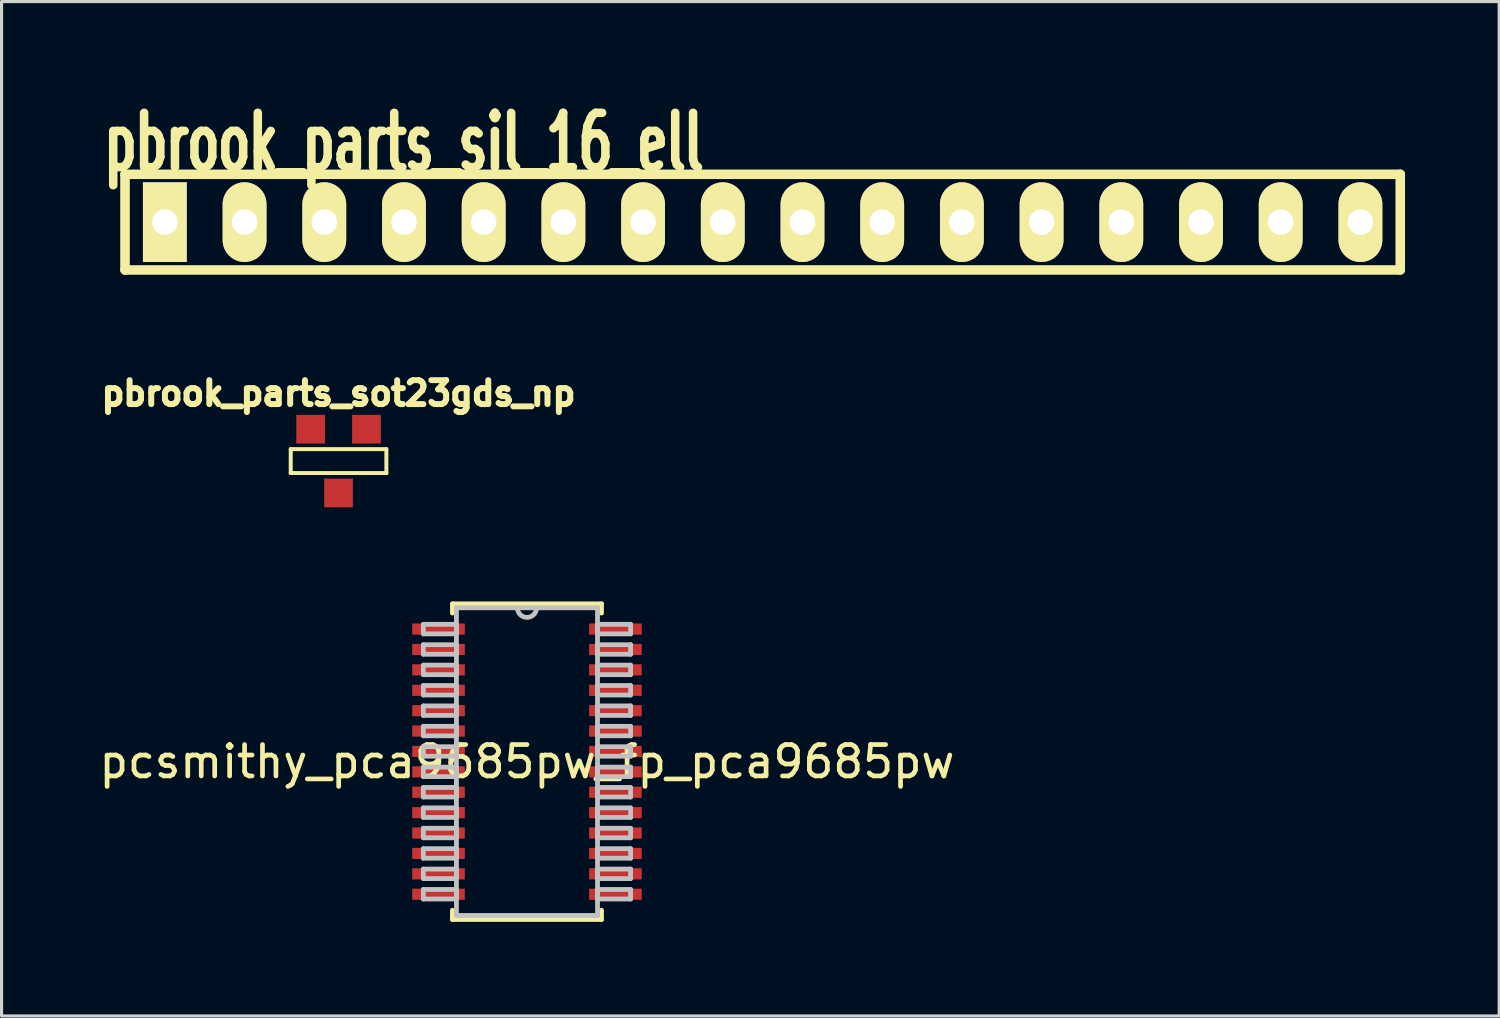
<source format=kicad_pcb>
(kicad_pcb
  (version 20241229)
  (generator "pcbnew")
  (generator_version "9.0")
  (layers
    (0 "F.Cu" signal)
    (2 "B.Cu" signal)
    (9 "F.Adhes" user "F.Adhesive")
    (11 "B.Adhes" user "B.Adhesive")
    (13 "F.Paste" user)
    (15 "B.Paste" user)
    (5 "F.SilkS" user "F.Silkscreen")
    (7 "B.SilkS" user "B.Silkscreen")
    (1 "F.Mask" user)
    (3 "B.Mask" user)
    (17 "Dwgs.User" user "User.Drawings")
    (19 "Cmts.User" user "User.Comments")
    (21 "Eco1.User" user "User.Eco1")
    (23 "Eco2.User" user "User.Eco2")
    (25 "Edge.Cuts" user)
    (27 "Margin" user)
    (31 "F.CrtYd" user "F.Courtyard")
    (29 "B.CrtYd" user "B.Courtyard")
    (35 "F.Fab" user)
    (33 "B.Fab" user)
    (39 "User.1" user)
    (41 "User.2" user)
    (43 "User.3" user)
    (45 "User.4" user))
  (footprint "pbrook_parts_sil_16_ell"
    (layer "F.Cu")
    (at 21.254 4.029)
    (property "Reference" "pbrook_parts_sil_16_ell" (at -11.43 -2.54 0) (layer "F.SilkS") (effects (font (size 1.73 1.087) (thickness 0.305))))
    (attr through_hole)
    (fp_line (start -20.32 -1.524) (end 20.32 -1.524) (stroke (width 0.305) (type solid)) (layer "F.SilkS"))
    (fp_line (start -20.32 1.524) (end -20.32 -1.524) (stroke (width 0.305) (type solid)) (layer "F.SilkS"))
    (fp_line (start 20.32 -1.524) (end 20.32 1.524) (stroke (width 0.305) (type solid)) (layer "F.SilkS"))
    (fp_line (start 20.32 1.524) (end -20.32 1.524) (stroke (width 0.305) (type solid)) (layer "F.SilkS"))
    (pad "1" thru_hole rect (at -19.05 0) (size 1.397 2.54) (drill 0.813) (layers "*.Cu" "*.Mask" "F.SilkS"))
    (pad "2" thru_hole oval (at -16.51 0) (size 1.397 2.54) (drill 0.813) (layers "*.Cu" "*.Mask" "F.SilkS"))
    (pad "3" thru_hole oval (at -13.97 0) (size 1.397 2.54) (drill 0.813) (layers "*.Cu" "*.Mask" "F.SilkS"))
    (pad "4" thru_hole oval (at -11.43 0) (size 1.397 2.54) (drill 0.813) (layers "*.Cu" "*.Mask" "F.SilkS"))
    (pad "5" thru_hole oval (at -8.89 0) (size 1.397 2.54) (drill 0.813) (layers "*.Cu" "*.Mask" "F.SilkS"))
    (pad "6" thru_hole oval (at -6.35 0) (size 1.397 2.54) (drill 0.813) (layers "*.Cu" "*.Mask" "F.SilkS"))
    (pad "7" thru_hole oval (at -3.81 0) (size 1.397 2.54) (drill 0.813) (layers "*.Cu" "*.Mask" "F.SilkS"))
    (pad "8" thru_hole oval (at -1.27 0) (size 1.397 2.54) (drill 0.813) (layers "*.Cu" "*.Mask" "F.SilkS"))
    (pad "9" thru_hole oval (at 1.27 0) (size 1.397 2.54) (drill 0.813) (layers "*.Cu" "*.Mask" "F.SilkS"))
    (pad "10" thru_hole oval (at 3.81 0) (size 1.397 2.54) (drill 0.813) (layers "*.Cu" "*.Mask" "F.SilkS"))
    (pad "11" thru_hole oval (at 6.35 0) (size 1.397 2.54) (drill 0.813) (layers "*.Cu" "*.Mask" "F.SilkS"))
    (pad "12" thru_hole oval (at 8.89 0) (size 1.397 2.54) (drill 0.813) (layers "*.Cu" "*.Mask" "F.SilkS"))
    (pad "13" thru_hole oval (at 11.43 0) (size 1.397 2.54) (drill 0.813) (layers "*.Cu" "*.Mask" "F.SilkS"))
    (pad "14" thru_hole oval (at 13.97 0) (size 1.397 2.54) (drill 0.813) (layers "*.Cu" "*.Mask" "F.SilkS"))
    (pad "15" thru_hole oval (at 16.51 0) (size 1.397 2.54) (drill 0.813) (layers "*.Cu" "*.Mask" "F.SilkS"))
    (pad "16" thru_hole oval (at 19.05 0) (size 1.397 2.54) (drill 0.813) (layers "*.Cu" "*.Mask" "F.SilkS")))
  (footprint "pcsmithy_pca9685pw_fp_pca9685pw"
    (layer "F.Cu")
    (at 13.744 21.223)
    (property "Reference" "pcsmithy_pca9685pw_fp_pca9685pw" (at 0 0 0) (layer "F.SilkS") (effects (font (size 1 1) (thickness 0.15))))
    (attr through_hole)
    (fp_line (start -2.375 -5.029) (end -2.375 -4.736) (stroke (width 0.152) (type solid)) (layer "F.SilkS"))
    (fp_line (start -2.375 4.736) (end -2.375 5.029) (stroke (width 0.152) (type solid)) (layer "F.SilkS"))
    (fp_line (start -2.375 5.029) (end 2.375 5.029) (stroke (width 0.152) (type solid)) (layer "F.SilkS"))
    (fp_line (start 2.375 -5.029) (end -2.375 -5.029) (stroke (width 0.152) (type solid)) (layer "F.SilkS"))
    (fp_line (start 2.375 -4.736) (end 2.375 -5.029) (stroke (width 0.152) (type solid)) (layer "F.SilkS"))
    (fp_line (start 2.375 5.029) (end 2.375 4.736) (stroke (width 0.152) (type solid)) (layer "F.SilkS"))
    (fp_line (start -3.302 -4.377) (end -3.302 -4.073) (stroke (width 0.152) (type solid)) (layer "Dwgs.User"))
    (fp_line (start -3.302 -4.073) (end -2.248 -4.073) (stroke (width 0.152) (type solid)) (layer "Dwgs.User"))
    (fp_line (start -3.302 -3.727) (end -3.302 -3.423) (stroke (width 0.152) (type solid)) (layer "Dwgs.User"))
    (fp_line (start -3.302 -3.423) (end -2.248 -3.423) (stroke (width 0.152) (type solid)) (layer "Dwgs.User"))
    (fp_line (start -3.302 -3.077) (end -3.302 -2.773) (stroke (width 0.152) (type solid)) (layer "Dwgs.User"))
    (fp_line (start -3.302 -2.773) (end -2.248 -2.773) (stroke (width 0.152) (type solid)) (layer "Dwgs.User"))
    (fp_line (start -3.302 -2.427) (end -3.302 -2.123) (stroke (width 0.152) (type solid)) (layer "Dwgs.User"))
    (fp_line (start -3.302 -2.123) (end -2.248 -2.123) (stroke (width 0.152) (type solid)) (layer "Dwgs.User"))
    (fp_line (start -3.302 -1.777) (end -3.302 -1.473) (stroke (width 0.152) (type solid)) (layer "Dwgs.User"))
    (fp_line (start -3.302 -1.473) (end -2.248 -1.473) (stroke (width 0.152) (type solid)) (layer "Dwgs.User"))
    (fp_line (start -3.302 -1.127) (end -3.302 -0.823) (stroke (width 0.152) (type solid)) (layer "Dwgs.User"))
    (fp_line (start -3.302 -0.823) (end -2.248 -0.823) (stroke (width 0.152) (type solid)) (layer "Dwgs.User"))
    (fp_line (start -3.302 -0.477) (end -3.302 -0.173) (stroke (width 0.152) (type solid)) (layer "Dwgs.User"))
    (fp_line (start -3.302 -0.173) (end -2.248 -0.173) (stroke (width 0.152) (type solid)) (layer "Dwgs.User"))
    (fp_line (start -3.302 0.173) (end -3.302 0.477) (stroke (width 0.152) (type solid)) (layer "Dwgs.User"))
    (fp_line (start -3.302 0.477) (end -2.248 0.477) (stroke (width 0.152) (type solid)) (layer "Dwgs.User"))
    (fp_line (start -3.302 0.823) (end -3.302 1.127) (stroke (width 0.152) (type solid)) (layer "Dwgs.User"))
    (fp_line (start -3.302 1.127) (end -2.248 1.127) (stroke (width 0.152) (type solid)) (layer "Dwgs.User"))
    (fp_line (start -3.302 1.473) (end -3.302 1.777) (stroke (width 0.152) (type solid)) (layer "Dwgs.User"))
    (fp_line (start -3.302 1.777) (end -2.248 1.777) (stroke (width 0.152) (type solid)) (layer "Dwgs.User"))
    (fp_line (start -3.302 2.123) (end -3.302 2.427) (stroke (width 0.152) (type solid)) (layer "Dwgs.User"))
    (fp_line (start -3.302 2.427) (end -2.248 2.427) (stroke (width 0.152) (type solid)) (layer "Dwgs.User"))
    (fp_line (start -3.302 2.773) (end -3.302 3.077) (stroke (width 0.152) (type solid)) (layer "Dwgs.User"))
    (fp_line (start -3.302 3.077) (end -2.248 3.077) (stroke (width 0.152) (type solid)) (layer "Dwgs.User"))
    (fp_line (start -3.302 3.423) (end -3.302 3.727) (stroke (width 0.152) (type solid)) (layer "Dwgs.User"))
    (fp_line (start -3.302 3.727) (end -2.248 3.727) (stroke (width 0.152) (type solid)) (layer "Dwgs.User"))
    (fp_line (start -3.302 4.073) (end -3.302 4.377) (stroke (width 0.152) (type solid)) (layer "Dwgs.User"))
    (fp_line (start -3.302 4.377) (end -2.248 4.377) (stroke (width 0.152) (type solid)) (layer "Dwgs.User"))
    (fp_line (start -2.248 -4.902) (end -2.248 4.902) (stroke (width 0.152) (type solid)) (layer "Dwgs.User"))
    (fp_line (start -2.248 -4.377) (end -3.302 -4.377) (stroke (width 0.152) (type solid)) (layer "Dwgs.User"))
    (fp_line (start -2.248 -4.073) (end -2.248 -4.377) (stroke (width 0.152) (type solid)) (layer "Dwgs.User"))
    (fp_line (start -2.248 -3.727) (end -3.302 -3.727) (stroke (width 0.152) (type solid)) (layer "Dwgs.User"))
    (fp_line (start -2.248 -3.423) (end -2.248 -3.727) (stroke (width 0.152) (type solid)) (layer "Dwgs.User"))
    (fp_line (start -2.248 -3.077) (end -3.302 -3.077) (stroke (width 0.152) (type solid)) (layer "Dwgs.User"))
    (fp_line (start -2.248 -2.773) (end -2.248 -3.077) (stroke (width 0.152) (type solid)) (layer "Dwgs.User"))
    (fp_line (start -2.248 -2.427) (end -3.302 -2.427) (stroke (width 0.152) (type solid)) (layer "Dwgs.User"))
    (fp_line (start -2.248 -2.123) (end -2.248 -2.427) (stroke (width 0.152) (type solid)) (layer "Dwgs.User"))
    (fp_line (start -2.248 -1.777) (end -3.302 -1.777) (stroke (width 0.152) (type solid)) (layer "Dwgs.User"))
    (fp_line (start -2.248 -1.473) (end -2.248 -1.777) (stroke (width 0.152) (type solid)) (layer "Dwgs.User"))
    (fp_line (start -2.248 -1.127) (end -3.302 -1.127) (stroke (width 0.152) (type solid)) (layer "Dwgs.User"))
    (fp_line (start -2.248 -0.823) (end -2.248 -1.127) (stroke (width 0.152) (type solid)) (layer "Dwgs.User"))
    (fp_line (start -2.248 -0.477) (end -3.302 -0.477) (stroke (width 0.152) (type solid)) (layer "Dwgs.User"))
    (fp_line (start -2.248 -0.173) (end -2.248 -0.477) (stroke (width 0.152) (type solid)) (layer "Dwgs.User"))
    (fp_line (start -2.248 0.173) (end -3.302 0.173) (stroke (width 0.152) (type solid)) (layer "Dwgs.User"))
    (fp_line (start -2.248 0.477) (end -2.248 0.173) (stroke (width 0.152) (type solid)) (layer "Dwgs.User"))
    (fp_line (start -2.248 0.823) (end -3.302 0.823) (stroke (width 0.152) (type solid)) (layer "Dwgs.User"))
    (fp_line (start -2.248 1.127) (end -2.248 0.823) (stroke (width 0.152) (type solid)) (layer "Dwgs.User"))
    (fp_line (start -2.248 1.473) (end -3.302 1.473) (stroke (width 0.152) (type solid)) (layer "Dwgs.User"))
    (fp_line (start -2.248 1.777) (end -2.248 1.473) (stroke (width 0.152) (type solid)) (layer "Dwgs.User"))
    (fp_line (start -2.248 2.123) (end -3.302 2.123) (stroke (width 0.152) (type solid)) (layer "Dwgs.User"))
    (fp_line (start -2.248 2.427) (end -2.248 2.123) (stroke (width 0.152) (type solid)) (layer "Dwgs.User"))
    (fp_line (start -2.248 2.773) (end -3.302 2.773) (stroke (width 0.152) (type solid)) (layer "Dwgs.User"))
    (fp_line (start -2.248 3.077) (end -2.248 2.773) (stroke (width 0.152) (type solid)) (layer "Dwgs.User"))
    (fp_line (start -2.248 3.423) (end -3.302 3.423) (stroke (width 0.152) (type solid)) (layer "Dwgs.User"))
    (fp_line (start -2.248 3.727) (end -2.248 3.423) (stroke (width 0.152) (type solid)) (layer "Dwgs.User"))
    (fp_line (start -2.248 4.073) (end -3.302 4.073) (stroke (width 0.152) (type solid)) (layer "Dwgs.User"))
    (fp_line (start -2.248 4.377) (end -2.248 4.073) (stroke (width 0.152) (type solid)) (layer "Dwgs.User"))
    (fp_line (start -2.248 4.902) (end 2.248 4.902) (stroke (width 0.152) (type solid)) (layer "Dwgs.User"))
    (fp_line (start 2.248 -4.902) (end -2.248 -4.902) (stroke (width 0.152) (type solid)) (layer "Dwgs.User"))
    (fp_line (start 2.248 -4.377) (end 2.248 -4.073) (stroke (width 0.152) (type solid)) (layer "Dwgs.User"))
    (fp_line (start 2.248 -4.073) (end 3.302 -4.073) (stroke (width 0.152) (type solid)) (layer "Dwgs.User"))
    (fp_line (start 2.248 -3.727) (end 2.248 -3.423) (stroke (width 0.152) (type solid)) (layer "Dwgs.User"))
    (fp_line (start 2.248 -3.423) (end 3.302 -3.423) (stroke (width 0.152) (type solid)) (layer "Dwgs.User"))
    (fp_line (start 2.248 -3.077) (end 2.248 -2.773) (stroke (width 0.152) (type solid)) (layer "Dwgs.User"))
    (fp_line (start 2.248 -2.773) (end 3.302 -2.773) (stroke (width 0.152) (type solid)) (layer "Dwgs.User"))
    (fp_line (start 2.248 -2.427) (end 2.248 -2.123) (stroke (width 0.152) (type solid)) (layer "Dwgs.User"))
    (fp_line (start 2.248 -2.123) (end 3.302 -2.123) (stroke (width 0.152) (type solid)) (layer "Dwgs.User"))
    (fp_line (start 2.248 -1.777) (end 2.248 -1.473) (stroke (width 0.152) (type solid)) (layer "Dwgs.User"))
    (fp_line (start 2.248 -1.473) (end 3.302 -1.473) (stroke (width 0.152) (type solid)) (layer "Dwgs.User"))
    (fp_line (start 2.248 -1.127) (end 2.248 -0.823) (stroke (width 0.152) (type solid)) (layer "Dwgs.User"))
    (fp_line (start 2.248 -0.823) (end 3.302 -0.823) (stroke (width 0.152) (type solid)) (layer "Dwgs.User"))
    (fp_line (start 2.248 -0.477) (end 2.248 -0.173) (stroke (width 0.152) (type solid)) (layer "Dwgs.User"))
    (fp_line (start 2.248 -0.173) (end 3.302 -0.173) (stroke (width 0.152) (type solid)) (layer "Dwgs.User"))
    (fp_line (start 2.248 0.173) (end 2.248 0.477) (stroke (width 0.152) (type solid)) (layer "Dwgs.User"))
    (fp_line (start 2.248 0.477) (end 3.302 0.477) (stroke (width 0.152) (type solid)) (layer "Dwgs.User"))
    (fp_line (start 2.248 0.823) (end 2.248 1.127) (stroke (width 0.152) (type solid)) (layer "Dwgs.User"))
    (fp_line (start 2.248 1.127) (end 3.302 1.127) (stroke (width 0.152) (type solid)) (layer "Dwgs.User"))
    (fp_line (start 2.248 1.473) (end 2.248 1.777) (stroke (width 0.152) (type solid)) (layer "Dwgs.User"))
    (fp_line (start 2.248 1.777) (end 3.302 1.777) (stroke (width 0.152) (type solid)) (layer "Dwgs.User"))
    (fp_line (start 2.248 2.123) (end 2.248 2.427) (stroke (width 0.152) (type solid)) (layer "Dwgs.User"))
    (fp_line (start 2.248 2.427) (end 3.302 2.427) (stroke (width 0.152) (type solid)) (layer "Dwgs.User"))
    (fp_line (start 2.248 2.773) (end 2.248 3.077) (stroke (width 0.152) (type solid)) (layer "Dwgs.User"))
    (fp_line (start 2.248 3.077) (end 3.302 3.077) (stroke (width 0.152) (type solid)) (layer "Dwgs.User"))
    (fp_line (start 2.248 3.423) (end 2.248 3.727) (stroke (width 0.152) (type solid)) (layer "Dwgs.User"))
    (fp_line (start 2.248 3.727) (end 3.302 3.727) (stroke (width 0.152) (type solid)) (layer "Dwgs.User"))
    (fp_line (start 2.248 4.073) (end 2.248 4.377) (stroke (width 0.152) (type solid)) (layer "Dwgs.User"))
    (fp_line (start 2.248 4.377) (end 3.302 4.377) (stroke (width 0.152) (type solid)) (layer "Dwgs.User"))
    (fp_line (start 2.248 4.902) (end 2.248 -4.902) (stroke (width 0.152) (type solid)) (layer "Dwgs.User"))
    (fp_line (start 3.302 -4.377) (end 2.248 -4.377) (stroke (width 0.152) (type solid)) (layer "Dwgs.User"))
    (fp_line (start 3.302 -4.073) (end 3.302 -4.377) (stroke (width 0.152) (type solid)) (layer "Dwgs.User"))
    (fp_line (start 3.302 -3.727) (end 2.248 -3.727) (stroke (width 0.152) (type solid)) (layer "Dwgs.User"))
    (fp_line (start 3.302 -3.423) (end 3.302 -3.727) (stroke (width 0.152) (type solid)) (layer "Dwgs.User"))
    (fp_line (start 3.302 -3.077) (end 2.248 -3.077) (stroke (width 0.152) (type solid)) (layer "Dwgs.User"))
    (fp_line (start 3.302 -2.773) (end 3.302 -3.077) (stroke (width 0.152) (type solid)) (layer "Dwgs.User"))
    (fp_line (start 3.302 -2.427) (end 2.248 -2.427) (stroke (width 0.152) (type solid)) (layer "Dwgs.User"))
    (fp_line (start 3.302 -2.123) (end 3.302 -2.427) (stroke (width 0.152) (type solid)) (layer "Dwgs.User"))
    (fp_line (start 3.302 -1.777) (end 2.248 -1.777) (stroke (width 0.152) (type solid)) (layer "Dwgs.User"))
    (fp_line (start 3.302 -1.473) (end 3.302 -1.777) (stroke (width 0.152) (type solid)) (layer "Dwgs.User"))
    (fp_line (start 3.302 -1.127) (end 2.248 -1.127) (stroke (width 0.152) (type solid)) (layer "Dwgs.User"))
    (fp_line (start 3.302 -0.823) (end 3.302 -1.127) (stroke (width 0.152) (type solid)) (layer "Dwgs.User"))
    (fp_line (start 3.302 -0.477) (end 2.248 -0.477) (stroke (width 0.152) (type solid)) (layer "Dwgs.User"))
    (fp_line (start 3.302 -0.173) (end 3.302 -0.477) (stroke (width 0.152) (type solid)) (layer "Dwgs.User"))
    (fp_line (start 3.302 0.173) (end 2.248 0.173) (stroke (width 0.152) (type solid)) (layer "Dwgs.User"))
    (fp_line (start 3.302 0.477) (end 3.302 0.173) (stroke (width 0.152) (type solid)) (layer "Dwgs.User"))
    (fp_line (start 3.302 0.823) (end 2.248 0.823) (stroke (width 0.152) (type solid)) (layer "Dwgs.User"))
    (fp_line (start 3.302 1.127) (end 3.302 0.823) (stroke (width 0.152) (type solid)) (layer "Dwgs.User"))
    (fp_line (start 3.302 1.473) (end 2.248 1.473) (stroke (width 0.152) (type solid)) (layer "Dwgs.User"))
    (fp_line (start 3.302 1.777) (end 3.302 1.473) (stroke (width 0.152) (type solid)) (layer "Dwgs.User"))
    (fp_line (start 3.302 2.123) (end 2.248 2.123) (stroke (width 0.152) (type solid)) (layer "Dwgs.User"))
    (fp_line (start 3.302 2.427) (end 3.302 2.123) (stroke (width 0.152) (type solid)) (layer "Dwgs.User"))
    (fp_line (start 3.302 2.773) (end 2.248 2.773) (stroke (width 0.152) (type solid)) (layer "Dwgs.User"))
    (fp_line (start 3.302 3.077) (end 3.302 2.773) (stroke (width 0.152) (type solid)) (layer "Dwgs.User"))
    (fp_line (start 3.302 3.423) (end 2.248 3.423) (stroke (width 0.152) (type solid)) (layer "Dwgs.User"))
    (fp_line (start 3.302 3.727) (end 3.302 3.423) (stroke (width 0.152) (type solid)) (layer "Dwgs.User"))
    (fp_line (start 3.302 4.073) (end 2.248 4.073) (stroke (width 0.152) (type solid)) (layer "Dwgs.User"))
    (fp_line (start 3.302 4.377) (end 3.302 4.073) (stroke (width 0.152) (type solid)) (layer "Dwgs.User"))
    (fp_arc (start 0.3048 -4.9022) (mid 0 -4.5974) (end -0.3048 -4.9022) (stroke (width 0.1524) (type solid)) (layer "Dwgs.User"))
    (fp_text user "Copyright 2016 Accelerated Designs. All rights reserved." (at 0 0 0) (layer "Cmts.User") (effects (font (size 0.127 0.127) (thickness 0.002))))
    (pad "1" smd rect (at -2.819 -4.225) (size 1.676 0.356) (layers "F.Cu" "F.Mask" "F.Paste"))
    (pad "2" smd rect (at -2.819 -3.575) (size 1.676 0.356) (layers "F.Cu" "F.Mask" "F.Paste"))
    (pad "3" smd rect (at -2.819 -2.925) (size 1.676 0.356) (layers "F.Cu" "F.Mask" "F.Paste"))
    (pad "4" smd rect (at -2.819 -2.275) (size 1.676 0.356) (layers "F.Cu" "F.Mask" "F.Paste"))
    (pad "5" smd rect (at -2.819 -1.625) (size 1.676 0.356) (layers "F.Cu" "F.Mask" "F.Paste"))
    (pad "6" smd rect (at -2.819 -0.975) (size 1.676 0.356) (layers "F.Cu" "F.Mask" "F.Paste"))
    (pad "7" smd rect (at -2.819 -0.325) (size 1.676 0.356) (layers "F.Cu" "F.Mask" "F.Paste"))
    (pad "8" smd rect (at -2.819 0.325) (size 1.676 0.356) (layers "F.Cu" "F.Mask" "F.Paste"))
    (pad "9" smd rect (at -2.819 0.975) (size 1.676 0.356) (layers "F.Cu" "F.Mask" "F.Paste"))
    (pad "10" smd rect (at -2.819 1.625) (size 1.676 0.356) (layers "F.Cu" "F.Mask" "F.Paste"))
    (pad "11" smd rect (at -2.819 2.275) (size 1.676 0.356) (layers "F.Cu" "F.Mask" "F.Paste"))
    (pad "12" smd rect (at -2.819 2.925) (size 1.676 0.356) (layers "F.Cu" "F.Mask" "F.Paste"))
    (pad "13" smd rect (at -2.819 3.575) (size 1.676 0.356) (layers "F.Cu" "F.Mask" "F.Paste"))
    (pad "14" smd rect (at -2.819 4.225) (size 1.676 0.356) (layers "F.Cu" "F.Mask" "F.Paste"))
    (pad "15" smd rect (at 2.819 4.225) (size 1.676 0.356) (layers "F.Cu" "F.Mask" "F.Paste"))
    (pad "16" smd rect (at 2.819 3.575) (size 1.676 0.356) (layers "F.Cu" "F.Mask" "F.Paste"))
    (pad "17" smd rect (at 2.819 2.925) (size 1.676 0.356) (layers "F.Cu" "F.Mask" "F.Paste"))
    (pad "18" smd rect (at 2.819 2.275) (size 1.676 0.356) (layers "F.Cu" "F.Mask" "F.Paste"))
    (pad "19" smd rect (at 2.819 1.625) (size 1.676 0.356) (layers "F.Cu" "F.Mask" "F.Paste"))
    (pad "20" smd rect (at 2.819 0.975) (size 1.676 0.356) (layers "F.Cu" "F.Mask" "F.Paste"))
    (pad "21" smd rect (at 2.819 0.325) (size 1.676 0.356) (layers "F.Cu" "F.Mask" "F.Paste"))
    (pad "22" smd rect (at 2.819 -0.325) (size 1.676 0.356) (layers "F.Cu" "F.Mask" "F.Paste"))
    (pad "23" smd rect (at 2.819 -0.975) (size 1.676 0.356) (layers "F.Cu" "F.Mask" "F.Paste"))
    (pad "24" smd rect (at 2.819 -1.625) (size 1.676 0.356) (layers "F.Cu" "F.Mask" "F.Paste"))
    (pad "25" smd rect (at 2.819 -2.275) (size 1.676 0.356) (layers "F.Cu" "F.Mask" "F.Paste"))
    (pad "26" smd rect (at 2.819 -2.925) (size 1.676 0.356) (layers "F.Cu" "F.Mask" "F.Paste"))
    (pad "27" smd rect (at 2.819 -3.575) (size 1.676 0.356) (layers "F.Cu" "F.Mask" "F.Paste"))
    (pad "28" smd rect (at 2.819 -4.225) (size 1.676 0.356) (layers "F.Cu" "F.Mask" "F.Paste")))
  (footprint "pbrook_parts_sot23gds_np"
    (layer "F.Cu")
    (at 7.739 11.644)
    (property "Reference" "pbrook_parts_sot23gds_np" (at 0 -2.159 0) (layer "F.SilkS") (effects (font (size 0.762 0.762) (thickness 0.191))))
    (attr smd)
    (fp_line (start -1.524 -0.381) (end 1.524 -0.381) (stroke (width 0.127) (type solid)) (layer "F.SilkS"))
    (fp_line (start -1.524 0.381) (end -1.524 -0.381) (stroke (width 0.127) (type solid)) (layer "F.SilkS"))
    (fp_line (start 1.524 -0.381) (end 1.524 0.381) (stroke (width 0.127) (type solid)) (layer "F.SilkS"))
    (fp_line (start 1.524 0.381) (end -1.524 0.381) (stroke (width 0.127) (type solid)) (layer "F.SilkS"))
    (pad "D" smd rect (at 0 1.016) (size 0.914 0.914) (layers "F.Cu" "F.Mask" "F.Paste"))
    (pad "G" smd rect (at 0.889 -1.016) (size 0.914 0.914) (layers "F.Cu" "F.Mask" "F.Paste"))
    (pad "S" smd rect (at -0.889 -1.016) (size 0.914 0.914) (layers "F.Cu" "F.Mask" "F.Paste")))
  (gr_rect
    (start -3 -3)
    (end 44.727 29.328)
    (stroke (width 0.1) (type default))
    (fill no)
    (layer "Edge.Cuts")))
</source>
